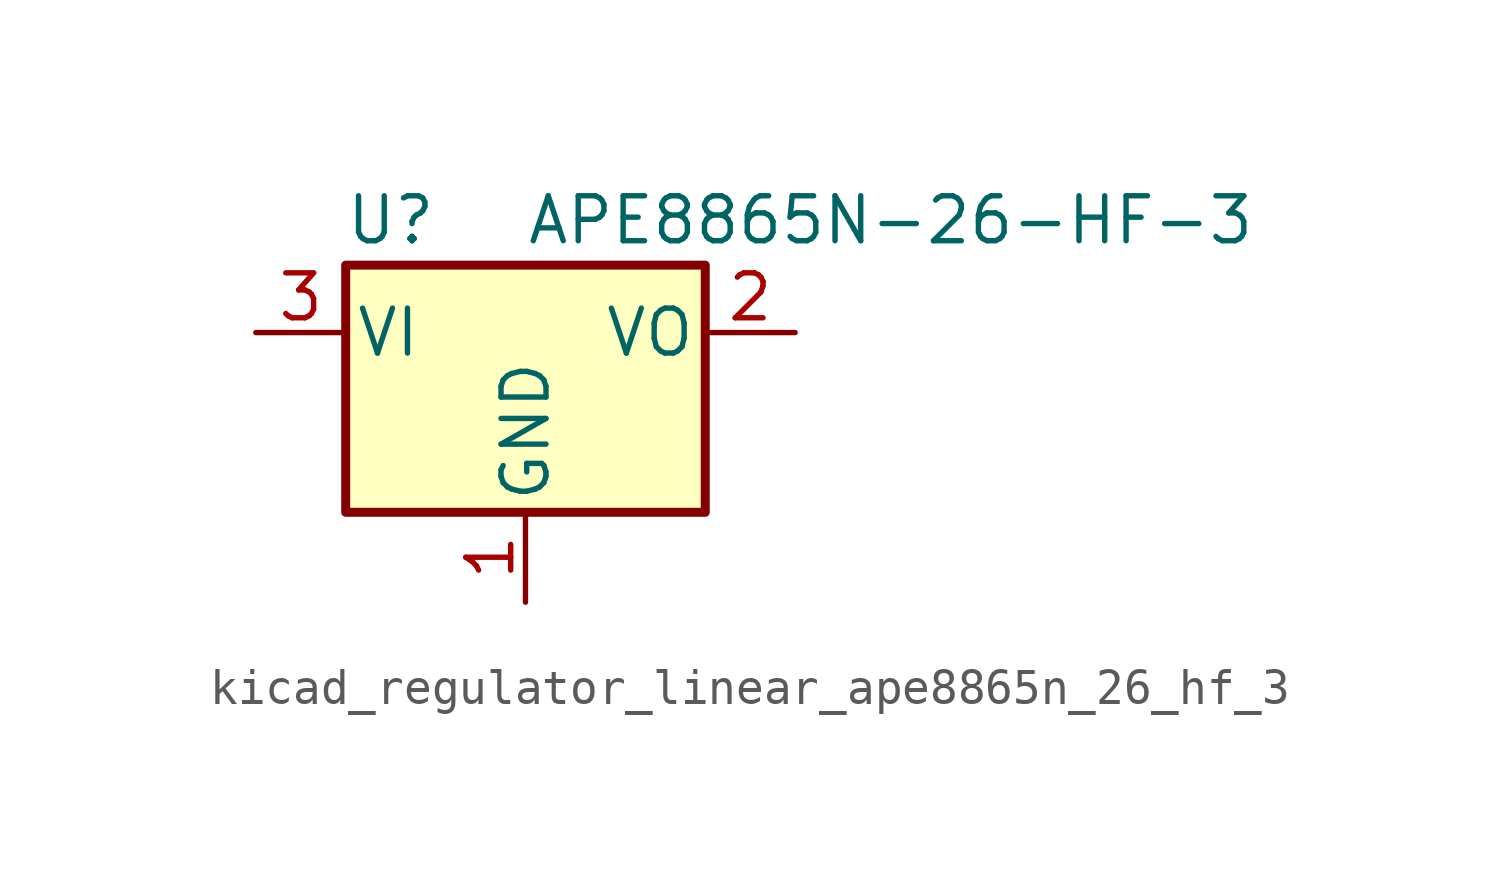
<source format=kicad_sym>
(kicad_symbol_lib
  (version 20220914)
  (generator kicad_symbol_editor)
  (symbol "kicad_regulator_linear_ape8865n_26_hf_3"
    (pin_names
      (offset 0.254))
    (property "Reference" "U"
      (at -3.81 3.175 0)
      (effects (font (size 1.27 1.27))))
    (property "Value" "APE8865N-26-HF-3"
      (at 0 3.175 0)
      (effects (font (size 1.27 1.27)) (justify left)))
    (symbol "kicad_regulator_linear_ape8865n_26_hf_3_0_1"
      (rectangle (start -5.08 1.905) (end 5.08 -5.08) (stroke (width 0.254) (type default)) (fill (type background))))
    (symbol "kicad_regulator_linear_ape8865n_26_hf_3_1_1"
      (pin power_in line (at 0 -7.62 90) (length 2.54) (name "GND" (effects (font (size 1.27 1.27)))) (number "1" (effects (font (size 1.27 1.27)))))
      (pin power_out line (at 7.62 0 180) (length 2.54) (name "VO" (effects (font (size 1.27 1.27)))) (number "2" (effects (font (size 1.27 1.27)))))
      (pin power_in line (at -7.62 0 0) (length 2.54) (name "VI" (effects (font (size 1.27 1.27)))) (number "3" (effects (font (size 1.27 1.27))))))))
</source>
